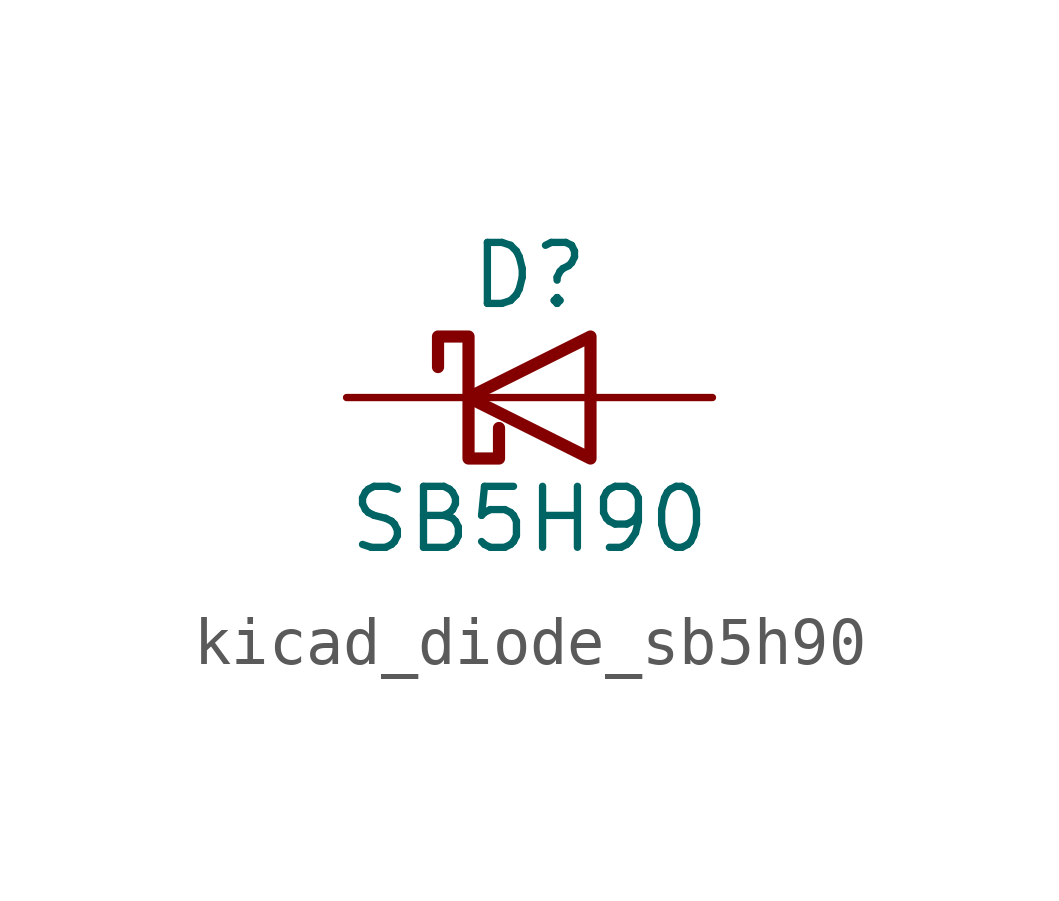
<source format=kicad_sym>
(kicad_symbol_lib
  (version 20220914)
  (generator kicad_symbol_editor)
  (symbol "kicad_diode_sb5h90"
    (pin_numbers hide)
    (pin_names
      (offset 1.016) hide)
    (property "Reference" "D"
      (at 0 2.54 0)
      (effects (font (size 1.27 1.27))))
    (property "Value" "SB5H90"
      (at 0 -2.54 0)
      (effects (font (size 1.27 1.27))))
    (symbol "kicad_diode_sb5h90_0_1"
      (polyline (pts (xy 1.27 0) (xy -1.27 0)) (stroke (width 0) (type default)) (fill (type none)))
      (polyline (pts (xy 1.27 1.27) (xy 1.27 -1.27) (xy -1.27 0) (xy 1.27 1.27)) (stroke (width 0.254) (type default)) (fill (type none)))
      (polyline (pts (xy -1.905 0.635) (xy -1.905 1.27) (xy -1.27 1.27) (xy -1.27 -1.27) (xy -0.635 -1.27) (xy -0.635 -0.635)) (stroke (width 0.254) (type default)) (fill (type none))))
    (symbol "kicad_diode_sb5h90_1_1"
      (pin passive line (at -3.81 0 0) (length 2.54) (name "K" (effects (font (size 1.27 1.27)))) (number "1" (effects (font (size 1.27 1.27)))))
      (pin passive line (at 3.81 0 180) (length 2.54) (name "A" (effects (font (size 1.27 1.27)))) (number "2" (effects (font (size 1.27 1.27))))))))
</source>
